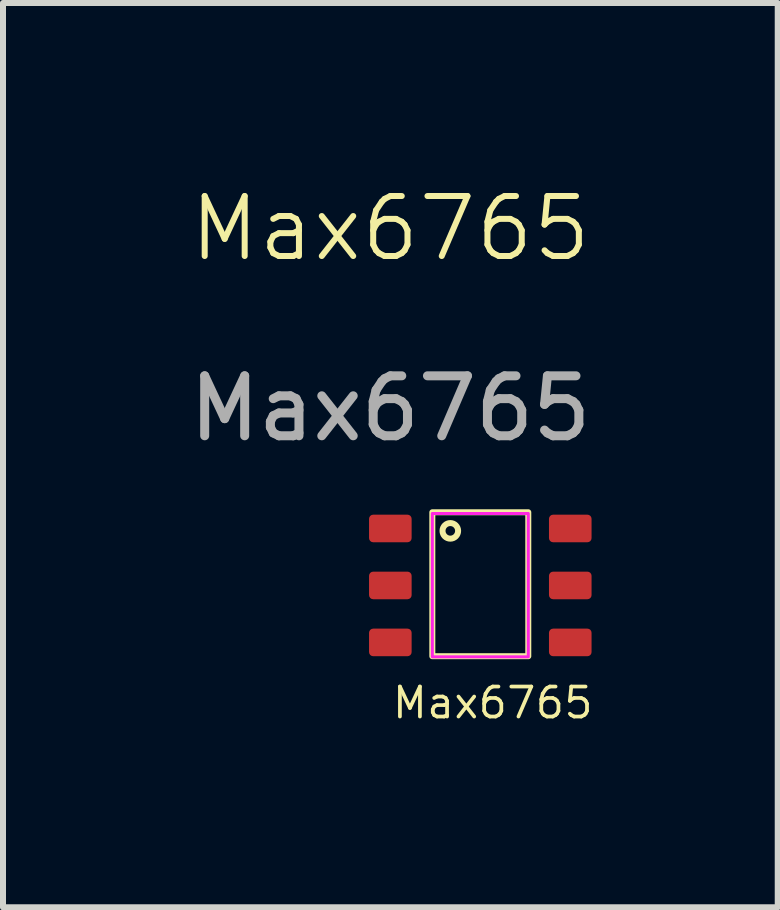
<source format=kicad_pcb>
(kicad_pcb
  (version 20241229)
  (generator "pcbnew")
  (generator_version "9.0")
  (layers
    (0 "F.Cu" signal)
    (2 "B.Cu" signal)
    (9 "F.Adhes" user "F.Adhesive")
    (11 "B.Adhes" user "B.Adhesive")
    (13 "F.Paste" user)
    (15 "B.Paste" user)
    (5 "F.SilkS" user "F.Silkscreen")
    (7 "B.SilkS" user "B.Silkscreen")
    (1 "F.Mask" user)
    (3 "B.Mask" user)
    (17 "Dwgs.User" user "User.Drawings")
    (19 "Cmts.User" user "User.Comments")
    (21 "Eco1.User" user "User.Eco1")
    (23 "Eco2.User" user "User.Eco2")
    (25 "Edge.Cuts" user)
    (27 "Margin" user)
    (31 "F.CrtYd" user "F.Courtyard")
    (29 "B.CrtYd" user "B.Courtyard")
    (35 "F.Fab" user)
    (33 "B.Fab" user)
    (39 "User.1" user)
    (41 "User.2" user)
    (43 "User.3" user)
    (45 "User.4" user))
  (footprint "Max6765"
    (layer "F.Cu")
    (at 3.458 5.761)
    (property "Reference" "Max6765" (at 0 -5 0) (unlocked yes) (layer "F.SilkS") (effects (font (size 1 1) (thickness 0.1))))
    (attr smd)
    (fp_rect (start 0.7 -0.27) (end 2.3 2.13) (stroke (width 0.1) (type default)) (fill no) (layer "F.SilkS"))
    (fp_circle (center 1 0.04) (end 1.05 0.16) (stroke (width 0.1) (type default)) (fill no) (layer "F.SilkS"))
    (fp_rect (start 0.7 -0.25) (end 2.3 2.14) (stroke (width 0.05) (type solid)) (fill no) (layer "F.CrtYd"))
    (fp_text user "Max6765" (at 0 3.2 0) (unlocked yes) (layer "F.SilkS") (effects (font (size 0.5 0.5) (thickness 0.062)) (justify left bottom)))
    (fp_text user "${REFERENCE}" (at 0 -2 0) (unlocked yes) (layer "F.Fab") (effects (font (size 1 1) (thickness 0.15))))
    (pad "1" smd roundrect (at 0 0) (size 0.71 0.46) (layers "F.Cu" "F.Mask" "F.Paste" "Eco1.User") (roundrect_rratio 0.15))
    (pad "2" smd roundrect (at 0 0.95) (size 0.71 0.46) (layers "F.Cu" "F.Mask" "F.Paste" "Eco1.User") (roundrect_rratio 0.15))
    (pad "3" smd roundrect (at 0 1.9) (size 0.71 0.46) (layers "F.Cu" "F.Mask" "F.Paste" "Eco1.User") (roundrect_rratio 0.15))
    (pad "4" smd roundrect (at 3 0) (size 0.71 0.46) (layers "F.Cu" "F.Mask" "F.Paste" "Eco1.User") (roundrect_rratio 0.15))
    (pad "5" smd roundrect (at 3 0.95) (size 0.71 0.46) (layers "F.Cu" "F.Mask" "F.Paste" "Eco1.User") (roundrect_rratio 0.15))
    (pad "6" smd roundrect (at 3 1.9) (size 0.71 0.46) (layers "F.Cu" "F.Mask" "F.Paste" "Eco1.User") (roundrect_rratio 0.15)))
  (gr_rect
    (start -3 -3)
    (end 9.917 12.077)
    (stroke (width 0.1) (type default))
    (fill no)
    (layer "Edge.Cuts")))
</source>
